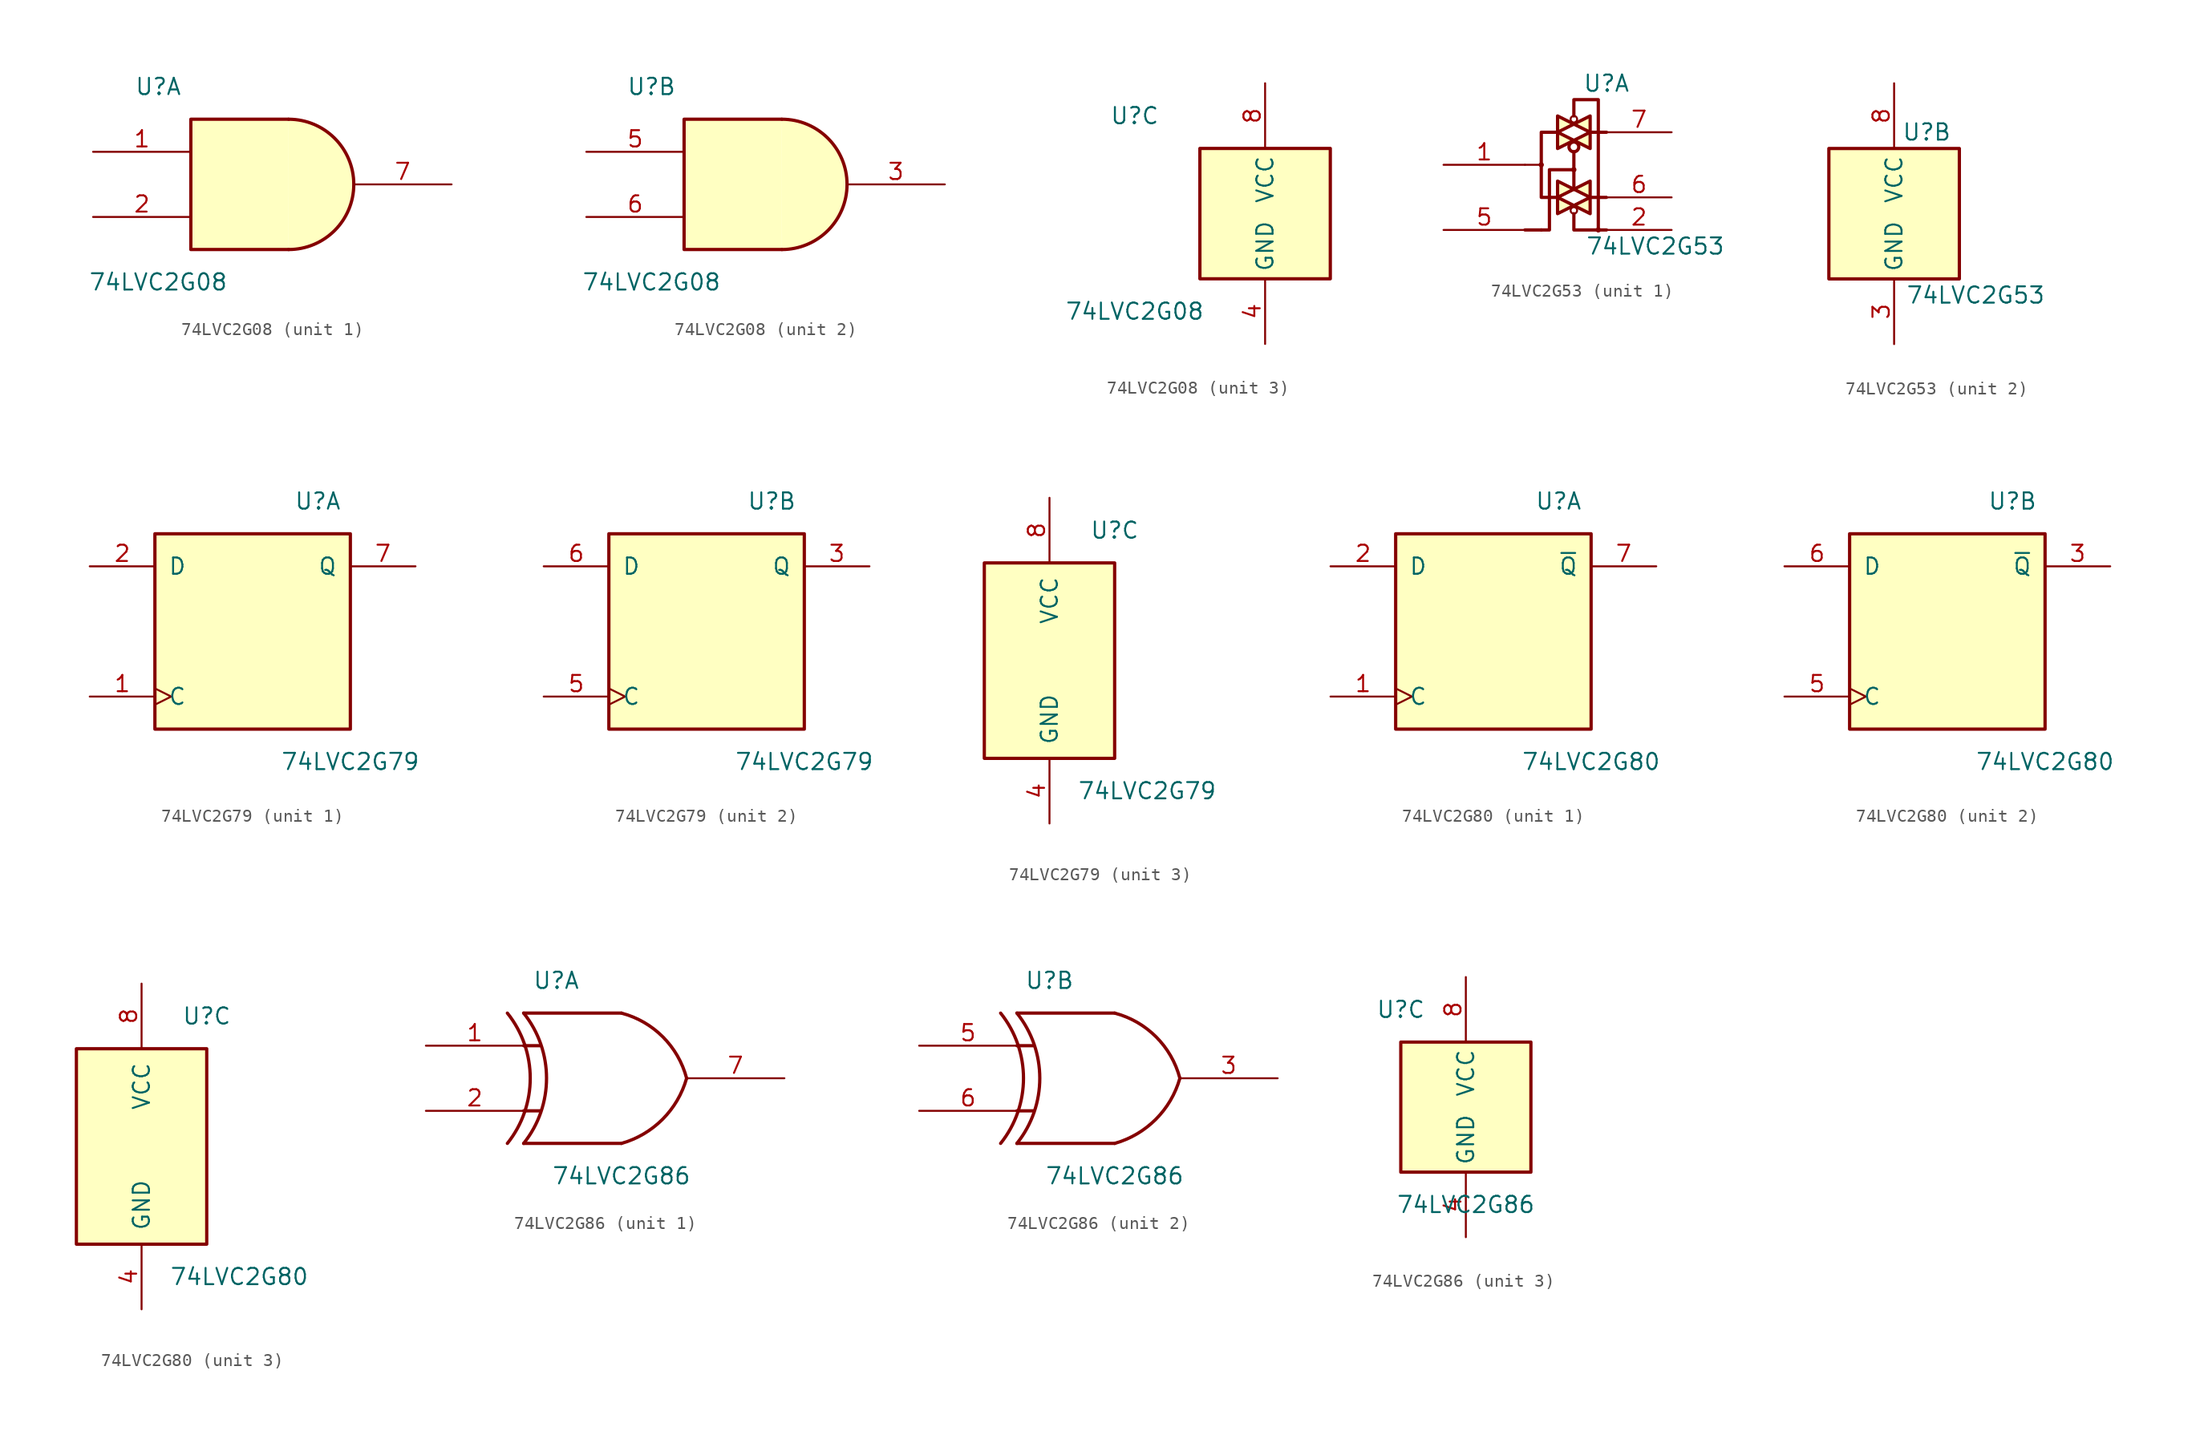
<source format=kicad_sym>
(kicad_symbol_lib
  (version 20241209)
  (generator "kicad_symbol_editor")
  (generator_version "9.0")
  (symbol "74LVC2G08"
    (property "Reference" "U"
      (at -10.16 7.62 0)
      (effects (font (size 1.27 1.27))))
    (property "Value" "74LVC2G08"
      (at -10.16 -7.62 0)
      (effects (font (size 1.27 1.27))))
    (symbol "74LVC2G08_1_1"
      (arc (start 0 5.08) (mid 5.0579 0) (end 0 -5.08) (stroke (width 0.254) (type default)) (fill (type background)))
      (polyline (pts (xy 0 -5.08) (xy -7.62 -5.08) (xy -7.62 5.08) (xy 0 5.08)) (stroke (width 0.254) (type default)) (fill (type background)))
      (pin input line (at -15.24 2.54 0) (length 7.62) (name "~" (effects (font (size 1.27 1.27)))) (number "1" (effects (font (size 1.27 1.27)))))
      (pin input line (at -15.24 -2.54 0) (length 7.62) (name "~" (effects (font (size 1.27 1.27)))) (number "2" (effects (font (size 1.27 1.27)))))
      (pin output line (at 12.7 0 180) (length 7.62) (name "~" (effects (font (size 1.27 1.27)))) (number "7" (effects (font (size 1.27 1.27))))))
    (symbol "74LVC2G08_2_1"
      (arc (start 0 5.08) (mid 5.0579 0) (end 0 -5.08) (stroke (width 0.254) (type default)) (fill (type background)))
      (polyline (pts (xy 0 -5.08) (xy -7.62 -5.08) (xy -7.62 5.08) (xy 0 5.08)) (stroke (width 0.254) (type default)) (fill (type background)))
      (pin input line (at -15.24 2.54 0) (length 7.62) (name "~" (effects (font (size 1.27 1.27)))) (number "5" (effects (font (size 1.27 1.27)))))
      (pin input line (at -15.24 -2.54 0) (length 7.62) (name "~" (effects (font (size 1.27 1.27)))) (number "6" (effects (font (size 1.27 1.27)))))
      (pin output line (at 12.7 0 180) (length 7.62) (name "~" (effects (font (size 1.27 1.27)))) (number "3" (effects (font (size 1.27 1.27))))))
    (symbol "74LVC2G08_3_0"
      (rectangle (start -5.08 -5.08) (end 5.08 5.08) (stroke (width 0.254) (type default)) (fill (type background))))
    (symbol "74LVC2G08_3_1"
      (pin power_in line (at 0 10.16 270) (length 5.08) (name "VCC" (effects (font (size 1.27 1.27)))) (number "8" (effects (font (size 1.27 1.27)))))
      (pin power_in line (at 0 -10.16 90) (length 5.08) (name "GND" (effects (font (size 1.27 1.27)))) (number "4" (effects (font (size 1.27 1.27)))))))
  (symbol "74LVC2G53"
    (property "Reference" "U"
      (at 2.54 6.35 0)
      (effects (font (size 1.27 1.27))))
    (property "Value" "74LVC2G53"
      (at 6.35 -6.35 0)
      (effects (font (size 1.27 1.27))))
    (property "ki_locked" ""
      (at 0 0 0)
      (effects (font (size 1.27 1.27))))
    (symbol "74LVC2G53_1_1"
      (polyline (pts (xy -3.81 0) (xy -2.54 0)) (stroke (width 0) (type default)) (fill (type background)))
      (polyline (pts (xy -3.81 -5.08) (xy -2.54 -5.08)) (stroke (width 0.254) (type default)) (fill (type background)))
      (circle (center -2.54 0) (radius 0.127) (stroke (width 0) (type default)) (fill (type none)))
      (polyline (pts (xy -1.27 3.81) (xy 0 3.175) (xy -1.27 2.54) (xy -1.27 3.81)) (stroke (width 0.254) (type default)) (fill (type background)))
      (polyline (pts (xy -1.27 2.54) (xy 0 1.905) (xy -1.27 1.27) (xy -1.27 2.54)) (stroke (width 0.254) (type default)) (fill (type background)))
      (polyline (pts (xy -1.27 2.54) (xy -2.54 2.54) (xy -2.54 0) (xy -2.54 -2.54) (xy -1.27 -2.54)) (stroke (width 0.254) (type default)) (fill (type none)))
      (polyline (pts (xy -1.27 -1.27) (xy -1.27 -2.54) (xy 0 -1.905) (xy -1.27 -1.27)) (stroke (width 0.254) (type default)) (fill (type background)))
      (polyline (pts (xy -1.27 -2.54) (xy 0 -3.175) (xy -1.27 -3.81) (xy -1.27 -2.54)) (stroke (width 0.254) (type default)) (fill (type background)))
      (circle (center 0 3.556) (radius 0.254) (stroke (width 0) (type default)) (fill (type none)))
      (circle (center 0 1.397) (radius 0.381) (stroke (width 0.254) (type default)) (fill (type none)))
      (polyline (pts (xy 0 1.016) (xy 0 0) (xy 0 -1.905)) (stroke (width 0.254) (type default)) (fill (type background)))
      (polyline (pts (xy 0 -0.381) (xy -1.905 -0.381) (xy -1.905 -5.08) (xy -2.54 -5.08)) (stroke (width 0.254) (type default)) (fill (type none)))
      (circle (center 0 -0.381) (radius 0.127) (stroke (width 0) (type default)) (fill (type none)))
      (circle (center 0 -3.556) (radius 0.254) (stroke (width 0) (type default)) (fill (type none)))
      (polyline (pts (xy 0 -3.81) (xy 0 -5.08) (xy 2.54 -5.08)) (stroke (width 0.254) (type default)) (fill (type none)))
      (polyline (pts (xy 1.27 2.54) (xy 1.27 3.81) (xy 0 3.175) (xy 1.27 2.54)) (stroke (width 0.254) (type default)) (fill (type background)))
      (polyline (pts (xy 1.27 2.54) (xy 1.27 1.27) (xy 0 1.905) (xy 1.27 2.54)) (stroke (width 0.254) (type default)) (fill (type background)))
      (polyline (pts (xy 1.27 -1.27) (xy 1.27 -2.54) (xy 0 -1.905) (xy 1.27 -1.27)) (stroke (width 0.254) (type default)) (fill (type background)))
      (polyline (pts (xy 1.27 -2.54) (xy 0 -3.175) (xy 1.27 -3.81) (xy 1.27 -2.54)) (stroke (width 0.254) (type default)) (fill (type background)))
      (polyline (pts (xy 1.905 -5.08) (xy 1.905 5.08) (xy 0 5.08) (xy 0 3.81)) (stroke (width 0.254) (type default)) (fill (type none)))
      (circle (center 1.905 -5.08) (radius 0.127) (stroke (width 0) (type default)) (fill (type none)))
      (polyline (pts (xy 2.54 2.54) (xy 1.27 2.54)) (stroke (width 0.254) (type default)) (fill (type background)))
      (polyline (pts (xy 2.54 -2.54) (xy 1.27 -2.54)) (stroke (width 0.254) (type default)) (fill (type background)))
      (pin bidirectional line (at -10.16 0 0) (length 6.35) (name "~" (effects (font (size 1.27 1.27)))) (number "1" (effects (font (size 1.27 1.27)))))
      (pin input line (at -10.16 -5.08 0) (length 6.35) (name "~" (effects (font (size 1.27 1.27)))) (number "5" (effects (font (size 1.27 1.27)))))
      (pin bidirectional line (at 7.62 2.54 180) (length 5.08) (name "~" (effects (font (size 1.27 1.27)))) (number "7" (effects (font (size 1.27 1.27)))))
      (pin bidirectional line (at 7.62 -2.54 180) (length 5.08) (name "~" (effects (font (size 1.27 1.27)))) (number "6" (effects (font (size 1.27 1.27)))))
      (pin input line (at 7.62 -5.08 180) (length 5.08) (name "~" (effects (font (size 1.27 1.27)))) (number "2" (effects (font (size 1.27 1.27))))))
    (symbol "74LVC2G53_2_1"
      (rectangle (start -5.08 5.08) (end 5.08 -5.08) (stroke (width 0.254) (type default)) (fill (type background)))
      (pin power_in line (at 0 10.16 270) (length 5.08) (name "VCC" (effects (font (size 1.27 1.27)))) (number "8" (effects (font (size 1.27 1.27)))))
      (pin power_in line (at 0 -10.16 90) (length 5.08) (name "GND" (effects (font (size 1.27 1.27)))) (number "3" (effects (font (size 1.27 1.27)))))
      (pin passive line (at 0 -10.16 90) (length 5.08) (hide yes) (name "GND" (effects (font (size 1.27 1.27)))) (number "4" (effects (font (size 1.27 1.27)))))))
  (symbol "74LVC2G79"
    (pin_names
      (offset 1.016))
    (property "Reference" "U"
      (at 5.08 10.16 0)
      (effects (font (size 1.27 1.27))))
    (property "Value" "74LVC2G79"
      (at 7.62 -10.16 0)
      (effects (font (size 1.27 1.27))))
    (symbol "74LVC2G79_1_1"
      (rectangle (start -7.62 7.62) (end 7.62 -7.62) (stroke (width 0.254) (type default)) (fill (type background)))
      (pin input line (at -12.7 5.08 0) (length 5.08) (name "D" (effects (font (size 1.27 1.27)))) (number "2" (effects (font (size 1.27 1.27)))))
      (pin input clock (at -12.7 -5.08 0) (length 5.08) (name "C" (effects (font (size 1.27 1.27)))) (number "1" (effects (font (size 1.27 1.27)))))
      (pin output line (at 12.7 5.08 180) (length 5.08) (name "Q" (effects (font (size 1.27 1.27)))) (number "7" (effects (font (size 1.27 1.27))))))
    (symbol "74LVC2G79_2_1"
      (rectangle (start -7.62 7.62) (end 7.62 -7.62) (stroke (width 0.254) (type default)) (fill (type background)))
      (pin input line (at -12.7 5.08 0) (length 5.08) (name "D" (effects (font (size 1.27 1.27)))) (number "6" (effects (font (size 1.27 1.27)))))
      (pin input clock (at -12.7 -5.08 0) (length 5.08) (name "C" (effects (font (size 1.27 1.27)))) (number "5" (effects (font (size 1.27 1.27)))))
      (pin output line (at 12.7 5.08 180) (length 5.08) (name "Q" (effects (font (size 1.27 1.27)))) (number "3" (effects (font (size 1.27 1.27))))))
    (symbol "74LVC2G79_3_0"
      (rectangle (start -5.08 -7.62) (end 5.08 7.62) (stroke (width 0.254) (type default)) (fill (type background))))
    (symbol "74LVC2G79_3_1"
      (pin power_in line (at 0 12.7 270) (length 5.08) (name "VCC" (effects (font (size 1.27 1.27)))) (number "8" (effects (font (size 1.27 1.27)))))
      (pin power_in line (at 0 -12.7 90) (length 5.08) (name "GND" (effects (font (size 1.27 1.27)))) (number "4" (effects (font (size 1.27 1.27)))))))
  (symbol "74LVC2G80"
    (pin_names
      (offset 1.016))
    (property "Reference" "U"
      (at 5.08 10.16 0)
      (effects (font (size 1.27 1.27))))
    (property "Value" "74LVC2G80"
      (at 7.62 -10.16 0)
      (effects (font (size 1.27 1.27))))
    (symbol "74LVC2G80_1_1"
      (rectangle (start -7.62 7.62) (end 7.62 -7.62) (stroke (width 0.254) (type default)) (fill (type background)))
      (pin input line (at -12.7 5.08 0) (length 5.08) (name "D" (effects (font (size 1.27 1.27)))) (number "2" (effects (font (size 1.27 1.27)))))
      (pin input clock (at -12.7 -5.08 0) (length 5.08) (name "C" (effects (font (size 1.27 1.27)))) (number "1" (effects (font (size 1.27 1.27)))))
      (pin output line (at 12.7 5.08 180) (length 5.08) (name "~{Q}" (effects (font (size 1.27 1.27)))) (number "7" (effects (font (size 1.27 1.27))))))
    (symbol "74LVC2G80_2_1"
      (rectangle (start -7.62 7.62) (end 7.62 -7.62) (stroke (width 0.254) (type default)) (fill (type background)))
      (pin input line (at -12.7 5.08 0) (length 5.08) (name "D" (effects (font (size 1.27 1.27)))) (number "6" (effects (font (size 1.27 1.27)))))
      (pin input clock (at -12.7 -5.08 0) (length 5.08) (name "C" (effects (font (size 1.27 1.27)))) (number "5" (effects (font (size 1.27 1.27)))))
      (pin output line (at 12.7 5.08 180) (length 5.08) (name "~{Q}" (effects (font (size 1.27 1.27)))) (number "3" (effects (font (size 1.27 1.27))))))
    (symbol "74LVC2G80_3_0"
      (rectangle (start -5.08 -7.62) (end 5.08 7.62) (stroke (width 0.254) (type default)) (fill (type background))))
    (symbol "74LVC2G80_3_1"
      (pin power_in line (at 0 12.7 270) (length 5.08) (name "VCC" (effects (font (size 1.27 1.27)))) (number "8" (effects (font (size 1.27 1.27)))))
      (pin power_in line (at 0 -12.7 90) (length 5.08) (name "GND" (effects (font (size 1.27 1.27)))) (number "4" (effects (font (size 1.27 1.27)))))))
  (symbol "74LVC2G86"
    (property "Reference" "U"
      (at -5.08 7.62 0)
      (effects (font (size 1.27 1.27))))
    (property "Value" "74LVC2G86"
      (at 0 -7.62 0)
      (effects (font (size 1.27 1.27))))
    (symbol "74LVC2G86_1_1"
      (arc (start -8.89 5.08) (mid -7.108 0) (end -8.89 -5.08) (stroke (width 0.254) (type default)) (fill (type none)))
      (arc (start -7.62 5.08) (mid -5.838 0) (end -7.62 -5.08) (stroke (width 0.254) (type default)) (fill (type none)))
      (polyline (pts (xy -7.62 2.54) (xy -6.35 2.54)) (stroke (width 0.254) (type default)) (fill (type background)))
      (polyline (pts (xy -7.62 -2.54) (xy -6.35 -2.54)) (stroke (width 0.254) (type default)) (fill (type background)))
      (arc (start 5.08 0) (mid 3.202 -3.202) (end 0 -5.08) (stroke (width 0.254) (type default)) (fill (type none)))
      (arc (start 0 5.08) (mid 3.2271 3.2271) (end 5.08 0) (stroke (width 0.254) (type default)) (fill (type none)))
      (polyline (pts (xy 0 5.08) (xy -7.62 5.08)) (stroke (width 0.254) (type default)) (fill (type background)))
      (polyline (pts (xy 0 -5.08) (xy -7.62 -5.08)) (stroke (width 0.254) (type default)) (fill (type background)))
      (pin input line (at -15.24 2.54 0) (length 7.62) (name "~" (effects (font (size 1.27 1.27)))) (number "1" (effects (font (size 1.27 1.27)))))
      (pin input line (at -15.24 -2.54 0) (length 7.62) (name "~" (effects (font (size 1.27 1.27)))) (number "2" (effects (font (size 1.27 1.27)))))
      (pin output line (at 12.7 0 180) (length 7.62) (name "~" (effects (font (size 1.27 1.27)))) (number "7" (effects (font (size 1.27 1.27))))))
    (symbol "74LVC2G86_2_1"
      (arc (start -8.89 5.08) (mid -7.108 0) (end -8.89 -5.08) (stroke (width 0.254) (type default)) (fill (type none)))
      (arc (start -7.62 5.08) (mid -5.838 0) (end -7.62 -5.08) (stroke (width 0.254) (type default)) (fill (type none)))
      (polyline (pts (xy -7.62 2.54) (xy -6.35 2.54)) (stroke (width 0.254) (type default)) (fill (type background)))
      (polyline (pts (xy -7.62 -2.54) (xy -6.35 -2.54)) (stroke (width 0.254) (type default)) (fill (type background)))
      (arc (start 5.08 0) (mid 3.202 -3.202) (end 0 -5.08) (stroke (width 0.254) (type default)) (fill (type none)))
      (arc (start 0 5.08) (mid 3.2271 3.2271) (end 5.08 0) (stroke (width 0.254) (type default)) (fill (type none)))
      (polyline (pts (xy 0 5.08) (xy -7.62 5.08)) (stroke (width 0.254) (type default)) (fill (type background)))
      (polyline (pts (xy 0 -5.08) (xy -7.62 -5.08)) (stroke (width 0.254) (type default)) (fill (type background)))
      (pin input line (at -15.24 2.54 0) (length 7.62) (name "~" (effects (font (size 1.27 1.27)))) (number "5" (effects (font (size 1.27 1.27)))))
      (pin input line (at -15.24 -2.54 0) (length 7.62) (name "~" (effects (font (size 1.27 1.27)))) (number "6" (effects (font (size 1.27 1.27)))))
      (pin output line (at 12.7 0 180) (length 7.62) (name "~" (effects (font (size 1.27 1.27)))) (number "3" (effects (font (size 1.27 1.27))))))
    (symbol "74LVC2G86_3_0"
      (rectangle (start -5.08 -5.08) (end 5.08 5.08) (stroke (width 0.254) (type default)) (fill (type background))))
    (symbol "74LVC2G86_3_1"
      (pin power_in line (at 0 10.16 270) (length 5.08) (name "VCC" (effects (font (size 1.27 1.27)))) (number "8" (effects (font (size 1.27 1.27)))))
      (pin power_in line (at 0 -10.16 90) (length 5.08) (name "GND" (effects (font (size 1.27 1.27)))) (number "4" (effects (font (size 1.27 1.27))))))))
</source>
